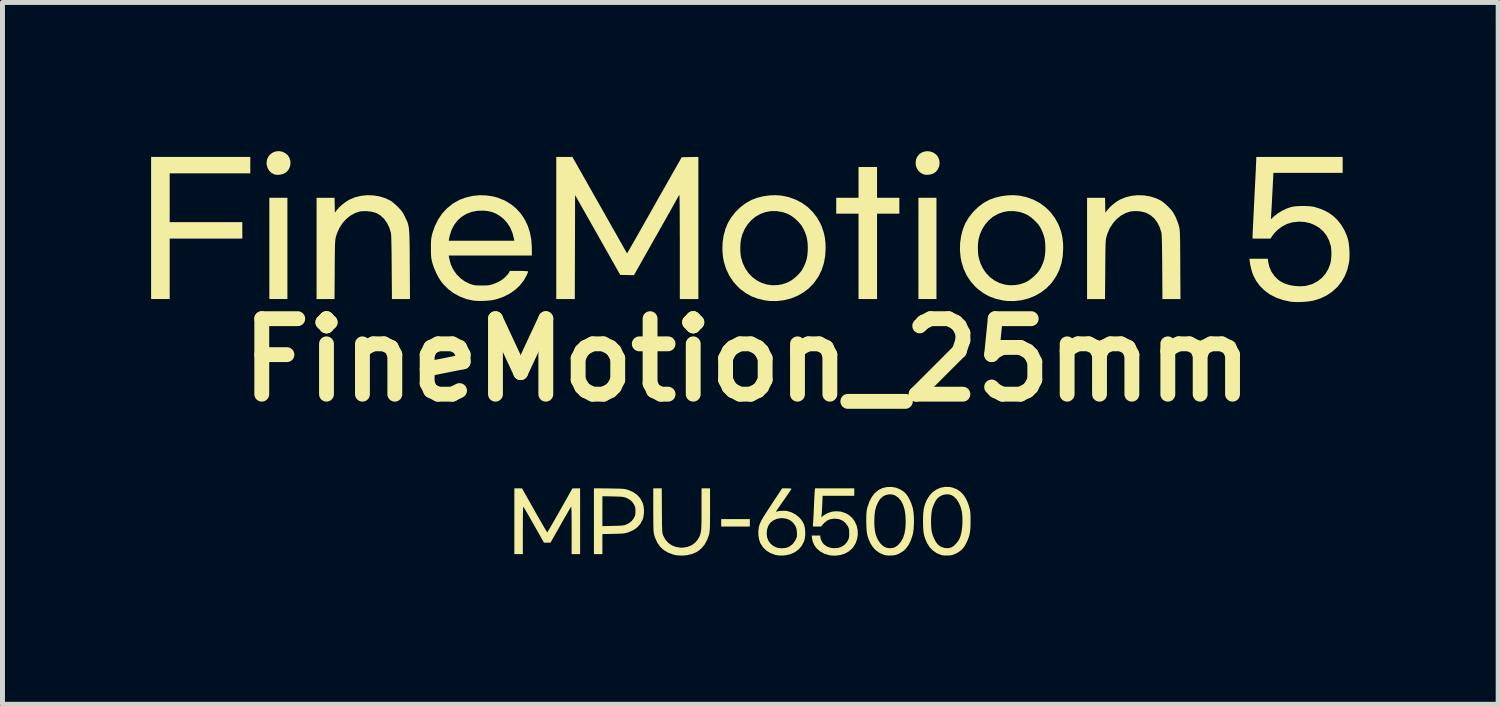
<source format=kicad_pcb>
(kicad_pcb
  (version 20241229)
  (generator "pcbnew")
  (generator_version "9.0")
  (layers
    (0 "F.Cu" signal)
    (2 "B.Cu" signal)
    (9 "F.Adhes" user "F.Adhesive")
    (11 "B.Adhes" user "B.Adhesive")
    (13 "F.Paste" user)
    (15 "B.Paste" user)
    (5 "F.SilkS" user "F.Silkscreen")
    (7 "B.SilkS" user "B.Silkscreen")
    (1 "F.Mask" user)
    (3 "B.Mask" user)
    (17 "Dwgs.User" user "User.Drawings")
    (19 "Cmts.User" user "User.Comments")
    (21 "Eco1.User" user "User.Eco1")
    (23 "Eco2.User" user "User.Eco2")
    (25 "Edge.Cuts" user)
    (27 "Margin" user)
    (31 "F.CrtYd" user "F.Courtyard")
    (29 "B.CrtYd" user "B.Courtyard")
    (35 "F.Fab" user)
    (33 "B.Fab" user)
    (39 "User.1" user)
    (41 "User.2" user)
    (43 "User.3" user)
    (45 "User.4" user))
  (footprint "FineMotion_25mm"
    (layer "F.Cu")
    (at 12.031 4.217)
    (property "Reference" "FineMotion_25mm" (at 0 0 0) (layer "F.SilkS") (effects (font (size 1.524 1.524) (thickness 0.3))))
    (attr board_only exclude_from_pos_files exclude_from_bom)
    (fp_poly (pts (xy -9.28 -1.231) (xy -9.644 -1.231) (xy -9.644 -3.275) (xy -9.28 -3.275)) (stroke (width 0) (type solid)) (fill yes) (layer "F.SilkS"))
    (fp_poly (pts (xy 0.054 3.361) (xy -0.524 3.361) (xy -0.524 3.211) (xy 0.054 3.211)) (stroke (width 0) (type solid)) (fill yes) (layer "F.SilkS"))
    (fp_poly (pts (xy 3.821 -1.231) (xy 3.457 -1.231) (xy 3.457 -3.275) (xy 3.821 -3.275)) (stroke (width 0) (type solid)) (fill yes) (layer "F.SilkS"))
    (fp_poly (pts (xy -10.029 -3.768) (xy -11.656 -3.768) (xy -11.656 -2.783) (xy -10.19 -2.783) (xy -10.19 -2.451) (xy -11.656 -2.451) (xy -11.656 -1.231) (xy -12.031 -1.231) (xy -12.031 -4.1) (xy -10.029 -4.1)) (stroke (width 0) (type solid)) (fill yes) (layer "F.SilkS"))
    (fp_poly (pts (xy 2.622 -3.275) (xy 3.072 -3.275) (xy 3.072 -2.954) (xy 2.622 -2.954) (xy 2.622 -1.231) (xy 2.248 -1.231) (xy 2.248 -2.954) (xy 1.798 -2.954) (xy 1.798 -3.275) (xy 2.248 -3.275) (xy 2.248 -3.896) (xy 2.622 -3.896)) (stroke (width 0) (type solid)) (fill yes) (layer "F.SilkS"))
    (fp_poly (pts (xy -9.384 -4.205) (xy -9.324 -4.177) (xy -9.274 -4.136) (xy -9.24 -4.083) (xy -9.221 -4.024) (xy -9.218 -3.961) (xy -9.23 -3.899) (xy -9.257 -3.842) (xy -9.299 -3.794) (xy -9.326 -3.775) (xy -9.376 -3.753) (xy -9.437 -3.74) (xy -9.497 -3.738) (xy -9.542 -3.746) (xy -9.599 -3.775) (xy -9.645 -3.819) (xy -9.68 -3.876) (xy -9.698 -3.94) (xy -9.701 -3.976) (xy -9.692 -4.045) (xy -9.665 -4.105) (xy -9.625 -4.153) (xy -9.574 -4.189) (xy -9.515 -4.211) (xy -9.45 -4.217)) (stroke (width 0) (type solid)) (fill yes) (layer "F.SilkS"))
    (fp_poly (pts (xy 3.694 -4.21) (xy 3.756 -4.188) (xy 3.809 -4.152) (xy 3.85 -4.103) (xy 3.876 -4.043) (xy 3.885 -3.976) (xy 3.876 -3.91) (xy 3.848 -3.848) (xy 3.806 -3.797) (xy 3.776 -3.775) (xy 3.725 -3.752) (xy 3.666 -3.74) (xy 3.606 -3.739) (xy 3.556 -3.749) (xy 3.497 -3.782) (xy 3.451 -3.826) (xy 3.42 -3.88) (xy 3.403 -3.938) (xy 3.401 -3.998) (xy 3.412 -4.057) (xy 3.438 -4.112) (xy 3.478 -4.158) (xy 3.533 -4.193) (xy 3.557 -4.202) (xy 3.627 -4.216)) (stroke (width 0) (type solid)) (fill yes) (layer "F.SilkS"))
    (fp_poly (pts (xy -3.372 3.918) (xy -3.543 3.918) (xy -3.543 3.434) (xy -3.543 3.306) (xy -3.544 3.199) (xy -3.545 3.113) (xy -3.546 3.046) (xy -3.548 2.999) (xy -3.55 2.971) (xy -3.553 2.961) (xy -3.554 2.961) (xy -3.562 2.973) (xy -3.578 3.001) (xy -3.603 3.043) (xy -3.635 3.098) (xy -3.673 3.163) (xy -3.715 3.237) (xy -3.76 3.316) (xy -3.767 3.33) (xy -3.97 3.687) (xy -4.101 3.687) (xy -4.303 3.33) (xy -4.349 3.249) (xy -4.391 3.175) (xy -4.43 3.108) (xy -4.463 3.051) (xy -4.489 3.007) (xy -4.507 2.976) (xy -4.516 2.962) (xy -4.517 2.961) (xy -4.52 2.968) (xy -4.522 2.994) (xy -4.524 3.041) (xy -4.526 3.109) (xy -4.527 3.197) (xy -4.527 3.306) (xy -4.528 3.434) (xy -4.528 3.918) (xy -4.699 3.918) (xy -4.699 2.59) (xy -4.621 2.59) (xy -4.544 2.591) (xy -4.293 3.035) (xy -4.243 3.124) (xy -4.196 3.207) (xy -4.152 3.282) (xy -4.114 3.348) (xy -4.083 3.402) (xy -4.058 3.443) (xy -4.042 3.469) (xy -4.035 3.479) (xy -4.035 3.479) (xy -4.029 3.47) (xy -4.013 3.444) (xy -3.988 3.403) (xy -3.957 3.349) (xy -3.919 3.283) (xy -3.876 3.208) (xy -3.828 3.125) (xy -3.778 3.036) (xy -3.777 3.035) (xy -3.527 2.591) (xy -3.449 2.59) (xy -3.372 2.59)) (stroke (width 0) (type solid)) (fill yes) (layer "F.SilkS"))
    (fp_poly (pts (xy -2.786 2.592) (xy -2.696 2.594) (xy -2.625 2.595) (xy -2.57 2.596) (xy -2.527 2.598) (xy -2.494 2.601) (xy -2.467 2.605) (xy -2.443 2.61) (xy -2.421 2.616) (xy -2.396 2.625) (xy -2.391 2.626) (xy -2.297 2.668) (xy -2.22 2.723) (xy -2.158 2.792) (xy -2.113 2.874) (xy -2.108 2.887) (xy -2.09 2.953) (xy -2.082 3.03) (xy -2.085 3.108) (xy -2.097 3.181) (xy -2.107 3.214) (xy -2.151 3.299) (xy -2.211 3.37) (xy -2.286 3.426) (xy -2.378 3.47) (xy -2.391 3.475) (xy -2.422 3.485) (xy -2.449 3.492) (xy -2.478 3.498) (xy -2.51 3.502) (xy -2.552 3.504) (xy -2.606 3.506) (xy -2.676 3.508) (xy -2.7 3.509) (xy -2.922 3.513) (xy -2.922 3.918) (xy -3.093 3.918) (xy -3.093 2.749) (xy -2.922 2.749) (xy -2.922 3.353) (xy -2.711 3.348) (xy -2.635 3.346) (xy -2.577 3.344) (xy -2.533 3.341) (xy -2.5 3.337) (xy -2.474 3.332) (xy -2.451 3.324) (xy -2.444 3.322) (xy -2.377 3.288) (xy -2.326 3.245) (xy -2.287 3.19) (xy -2.285 3.187) (xy -2.268 3.153) (xy -2.259 3.122) (xy -2.255 3.084) (xy -2.255 3.051) (xy -2.256 3.004) (xy -2.261 2.969) (xy -2.273 2.938) (xy -2.285 2.914) (xy -2.324 2.858) (xy -2.374 2.815) (xy -2.441 2.781) (xy -2.444 2.78) (xy -2.467 2.772) (xy -2.491 2.766) (xy -2.522 2.761) (xy -2.562 2.758) (xy -2.615 2.756) (xy -2.684 2.754) (xy -2.711 2.753) (xy -2.922 2.749) (xy -3.093 2.749) (xy -3.093 2.589)) (stroke (width 0) (type solid)) (fill yes) (layer "F.SilkS"))
    (fp_poly (pts (xy -1.721 3.037) (xy -1.72 3.147) (xy -1.719 3.237) (xy -1.719 3.311) (xy -1.717 3.369) (xy -1.716 3.415) (xy -1.714 3.45) (xy -1.711 3.477) (xy -1.708 3.498) (xy -1.704 3.515) (xy -1.699 3.53) (xy -1.694 3.545) (xy -1.65 3.625) (xy -1.592 3.69) (xy -1.522 3.74) (xy -1.44 3.772) (xy -1.349 3.787) (xy -1.296 3.787) (xy -1.204 3.772) (xy -1.123 3.739) (xy -1.053 3.689) (xy -0.997 3.623) (xy -0.977 3.589) (xy -0.963 3.562) (xy -0.952 3.536) (xy -0.943 3.508) (xy -0.936 3.477) (xy -0.931 3.44) (xy -0.926 3.394) (xy -0.924 3.337) (xy -0.922 3.268) (xy -0.921 3.183) (xy -0.921 3.081) (xy -0.921 3.002) (xy -0.921 2.59) (xy -0.749 2.59) (xy -0.749 3.017) (xy -0.749 3.125) (xy -0.75 3.215) (xy -0.75 3.287) (xy -0.751 3.346) (xy -0.753 3.392) (xy -0.755 3.429) (xy -0.758 3.459) (xy -0.761 3.484) (xy -0.766 3.507) (xy -0.77 3.526) (xy -0.806 3.628) (xy -0.856 3.72) (xy -0.918 3.797) (xy -0.992 3.858) (xy -1.025 3.878) (xy -1.116 3.916) (xy -1.217 3.94) (xy -1.324 3.948) (xy -1.429 3.94) (xy -1.486 3.928) (xy -1.59 3.891) (xy -1.679 3.839) (xy -1.753 3.772) (xy -1.812 3.69) (xy -1.857 3.591) (xy -1.87 3.551) (xy -1.876 3.53) (xy -1.881 3.509) (xy -1.885 3.487) (xy -1.888 3.462) (xy -1.89 3.432) (xy -1.892 3.393) (xy -1.893 3.344) (xy -1.894 3.282) (xy -1.894 3.206) (xy -1.895 3.112) (xy -1.895 3.028) (xy -1.895 2.59) (xy -1.724 2.59)) (stroke (width 0) (type solid)) (fill yes) (layer "F.SilkS"))
    (fp_poly (pts (xy -0.985 -1.231) (xy -1.359 -1.231) (xy -1.359 -2.28) (xy -1.359 -2.428) (xy -1.36 -2.569) (xy -1.36 -2.703) (xy -1.361 -2.828) (xy -1.361 -2.943) (xy -1.362 -3.045) (xy -1.363 -3.134) (xy -1.364 -3.208) (xy -1.365 -3.266) (xy -1.366 -3.306) (xy -1.367 -3.326) (xy -1.368 -3.329) (xy -1.378 -3.32) (xy -1.392 -3.298) (xy -1.397 -3.287) (xy -1.406 -3.272) (xy -1.424 -3.239) (xy -1.451 -3.19) (xy -1.486 -3.128) (xy -1.528 -3.052) (xy -1.577 -2.966) (xy -1.631 -2.869) (xy -1.69 -2.765) (xy -1.753 -2.653) (xy -1.819 -2.536) (xy -1.852 -2.479) (xy -2.285 -1.713) (xy -2.562 -1.718) (xy -3.017 -2.524) (xy -3.473 -3.329) (xy -3.476 -2.28) (xy -3.479 -1.231) (xy -3.853 -1.231) (xy -3.853 -4.1) (xy -3.69 -4.099) (xy -3.527 -4.099) (xy -3.265 -3.637) (xy -3.151 -3.435) (xy -3.047 -3.251) (xy -2.952 -3.084) (xy -2.867 -2.934) (xy -2.791 -2.8) (xy -2.724 -2.68) (xy -2.664 -2.575) (xy -2.612 -2.484) (xy -2.568 -2.405) (xy -2.53 -2.339) (xy -2.499 -2.284) (xy -2.474 -2.239) (xy -2.454 -2.205) (xy -2.44 -2.18) (xy -2.431 -2.164) (xy -2.426 -2.155) (xy -2.424 -2.154) (xy -2.419 -2.162) (xy -2.404 -2.187) (xy -2.38 -2.227) (xy -2.35 -2.28) (xy -2.313 -2.344) (xy -2.271 -2.417) (xy -2.225 -2.498) (xy -2.196 -2.55) (xy -2.146 -2.637) (xy -2.088 -2.74) (xy -2.024 -2.854) (xy -1.954 -2.976) (xy -1.882 -3.103) (xy -1.81 -3.232) (xy -1.738 -3.358) (xy -1.67 -3.478) (xy -1.645 -3.522) (xy -1.321 -4.094) (xy -1.153 -4.097) (xy -0.985 -4.1)) (stroke (width 0) (type solid)) (fill yes) (layer "F.SilkS"))
    (fp_poly (pts (xy -7.542 -3.323) (xy -7.416 -3.302) (xy -7.297 -3.264) (xy -7.206 -3.22) (xy -7.173 -3.199) (xy -7.132 -3.166) (xy -7.087 -3.127) (xy -7.053 -3.094) (xy -7.008 -3.047) (xy -6.974 -3.007) (xy -6.947 -2.966) (xy -6.921 -2.918) (xy -6.912 -2.901) (xy -6.894 -2.863) (xy -6.878 -2.83) (xy -6.864 -2.799) (xy -6.852 -2.769) (xy -6.843 -2.737) (xy -6.835 -2.703) (xy -6.829 -2.664) (xy -6.824 -2.618) (xy -6.82 -2.564) (xy -6.817 -2.499) (xy -6.815 -2.423) (xy -6.813 -2.332) (xy -6.812 -2.227) (xy -6.811 -2.103) (xy -6.811 -1.961) (xy -6.81 -1.929) (xy -6.806 -1.231) (xy -7.17 -1.231) (xy -7.175 -1.876) (xy -7.176 -2.021) (xy -7.177 -2.151) (xy -7.179 -2.266) (xy -7.181 -2.364) (xy -7.183 -2.444) (xy -7.185 -2.506) (xy -7.188 -2.548) (xy -7.191 -2.569) (xy -7.225 -2.678) (xy -7.272 -2.773) (xy -7.332 -2.853) (xy -7.402 -2.918) (xy -7.483 -2.965) (xy -7.528 -2.981) (xy -7.59 -2.995) (xy -7.662 -3.004) (xy -7.735 -3.005) (xy -7.8 -3.001) (xy -7.817 -2.998) (xy -7.915 -2.967) (xy -8.007 -2.916) (xy -8.09 -2.849) (xy -8.165 -2.767) (xy -8.227 -2.671) (xy -8.276 -2.564) (xy -8.298 -2.497) (xy -8.303 -2.478) (xy -8.307 -2.46) (xy -8.311 -2.439) (xy -8.313 -2.415) (xy -8.316 -2.385) (xy -8.318 -2.347) (xy -8.32 -2.301) (xy -8.321 -2.242) (xy -8.322 -2.171) (xy -8.323 -2.084) (xy -8.324 -1.981) (xy -8.325 -1.858) (xy -8.325 -1.822) (xy -8.329 -1.231) (xy -8.691 -1.231) (xy -8.691 -3.275) (xy -8.328 -3.275) (xy -8.322 -2.975) (xy -8.282 -3.028) (xy -8.236 -3.081) (xy -8.176 -3.135) (xy -8.109 -3.187) (xy -8.042 -3.23) (xy -8.029 -3.237) (xy -7.917 -3.284) (xy -7.796 -3.314) (xy -7.67 -3.327)) (stroke (width 0) (type solid)) (fill yes) (layer "F.SilkS"))
    (fp_poly (pts (xy 2.162 2.74) (xy 1.523 2.74) (xy 1.516 2.914) (xy 1.513 2.976) (xy 1.51 3.035) (xy 1.507 3.083) (xy 1.504 3.118) (xy 1.502 3.13) (xy 1.496 3.172) (xy 1.551 3.131) (xy 1.629 3.087) (xy 1.714 3.06) (xy 1.802 3.052) (xy 1.891 3.06) (xy 1.975 3.086) (xy 2.053 3.128) (xy 2.115 3.181) (xy 2.171 3.256) (xy 2.209 3.339) (xy 2.23 3.429) (xy 2.234 3.521) (xy 2.22 3.612) (xy 2.189 3.699) (xy 2.14 3.778) (xy 2.113 3.81) (xy 2.046 3.867) (xy 1.966 3.91) (xy 1.876 3.937) (xy 1.78 3.949) (xy 1.682 3.944) (xy 1.654 3.939) (xy 1.56 3.91) (xy 1.478 3.867) (xy 1.41 3.81) (xy 1.358 3.742) (xy 1.323 3.663) (xy 1.309 3.596) (xy 1.303 3.543) (xy 1.477 3.543) (xy 1.477 3.572) (xy 1.485 3.613) (xy 1.505 3.659) (xy 1.533 3.701) (xy 1.548 3.718) (xy 1.607 3.762) (xy 1.678 3.789) (xy 1.735 3.797) (xy 1.82 3.795) (xy 1.895 3.774) (xy 1.959 3.736) (xy 2.01 3.681) (xy 2.031 3.646) (xy 2.046 3.614) (xy 2.055 3.583) (xy 2.059 3.547) (xy 2.06 3.5) (xy 2.059 3.452) (xy 2.055 3.417) (xy 2.047 3.387) (xy 2.033 3.357) (xy 2.031 3.354) (xy 1.986 3.29) (xy 1.929 3.243) (xy 1.86 3.213) (xy 1.782 3.202) (xy 1.746 3.203) (xy 1.676 3.214) (xy 1.617 3.239) (xy 1.563 3.281) (xy 1.538 3.307) (xy 1.49 3.361) (xy 1.325 3.361) (xy 1.331 3.283) (xy 1.333 3.251) (xy 1.336 3.201) (xy 1.34 3.138) (xy 1.343 3.065) (xy 1.347 2.987) (xy 1.349 2.933) (xy 1.352 2.857) (xy 1.356 2.786) (xy 1.359 2.724) (xy 1.362 2.674) (xy 1.364 2.639) (xy 1.366 2.625) (xy 1.371 2.59) (xy 2.162 2.59)) (stroke (width 0) (type solid)) (fill yes) (layer "F.SilkS"))
    (fp_poly (pts (xy 8.01 -3.323) (xy 8.136 -3.302) (xy 8.256 -3.264) (xy 8.347 -3.22) (xy 8.379 -3.199) (xy 8.421 -3.166) (xy 8.465 -3.127) (xy 8.5 -3.093) (xy 8.545 -3.047) (xy 8.579 -3.007) (xy 8.605 -2.968) (xy 8.63 -2.923) (xy 8.642 -2.9) (xy 8.666 -2.844) (xy 8.69 -2.783) (xy 8.709 -2.727) (xy 8.715 -2.708) (xy 8.719 -2.689) (xy 8.724 -2.671) (xy 8.727 -2.652) (xy 8.73 -2.629) (xy 8.732 -2.602) (xy 8.734 -2.569) (xy 8.736 -2.527) (xy 8.737 -2.475) (xy 8.739 -2.412) (xy 8.74 -2.336) (xy 8.74 -2.244) (xy 8.741 -2.135) (xy 8.742 -2.008) (xy 8.742 -1.924) (xy 8.746 -1.231) (xy 8.382 -1.231) (xy 8.378 -1.876) (xy 8.377 -2.021) (xy 8.375 -2.151) (xy 8.374 -2.266) (xy 8.372 -2.364) (xy 8.369 -2.444) (xy 8.367 -2.506) (xy 8.365 -2.548) (xy 8.362 -2.569) (xy 8.326 -2.682) (xy 8.277 -2.779) (xy 8.215 -2.86) (xy 8.141 -2.924) (xy 8.053 -2.971) (xy 8.04 -2.976) (xy 7.98 -2.992) (xy 7.908 -3.003) (xy 7.833 -3.006) (xy 7.764 -3.002) (xy 7.736 -2.998) (xy 7.638 -2.966) (xy 7.546 -2.916) (xy 7.462 -2.849) (xy 7.388 -2.766) (xy 7.325 -2.671) (xy 7.276 -2.563) (xy 7.255 -2.497) (xy 7.25 -2.478) (xy 7.246 -2.46) (xy 7.242 -2.439) (xy 7.239 -2.415) (xy 7.237 -2.385) (xy 7.235 -2.347) (xy 7.233 -2.301) (xy 7.232 -2.242) (xy 7.231 -2.171) (xy 7.23 -2.084) (xy 7.229 -1.981) (xy 7.228 -1.858) (xy 7.228 -1.822) (xy 7.223 -1.231) (xy 6.861 -1.231) (xy 6.861 -3.275) (xy 7.224 -3.275) (xy 7.23 -2.975) (xy 7.271 -3.028) (xy 7.317 -3.081) (xy 7.376 -3.135) (xy 7.443 -3.187) (xy 7.511 -3.23) (xy 7.524 -3.237) (xy 7.636 -3.284) (xy 7.756 -3.314) (xy 7.883 -3.327)) (stroke (width 0) (type solid)) (fill yes) (layer "F.SilkS"))
    (fp_poly (pts (xy 2.921 2.562) (xy 3.005 2.577) (xy 3.085 2.609) (xy 3.157 2.654) (xy 3.201 2.695) (xy 3.241 2.748) (xy 3.279 2.816) (xy 3.312 2.893) (xy 3.339 2.972) (xy 3.346 3.002) (xy 3.357 3.068) (xy 3.364 3.147) (xy 3.367 3.234) (xy 3.365 3.322) (xy 3.36 3.407) (xy 3.351 3.481) (xy 3.341 3.527) (xy 3.305 3.637) (xy 3.261 3.729) (xy 3.207 3.803) (xy 3.144 3.862) (xy 3.078 3.902) (xy 3.032 3.923) (xy 2.994 3.936) (xy 2.952 3.943) (xy 2.91 3.945) (xy 2.85 3.946) (xy 2.798 3.941) (xy 2.772 3.936) (xy 2.681 3.899) (xy 2.601 3.844) (xy 2.535 3.773) (xy 2.485 3.693) (xy 2.458 3.632) (xy 2.437 3.573) (xy 2.422 3.514) (xy 2.412 3.448) (xy 2.407 3.372) (xy 2.405 3.28) (xy 2.404 3.254) (xy 2.566 3.254) (xy 2.569 3.355) (xy 2.578 3.44) (xy 2.593 3.514) (xy 2.616 3.58) (xy 2.641 3.631) (xy 2.689 3.703) (xy 2.744 3.755) (xy 2.806 3.787) (xy 2.875 3.799) (xy 2.949 3.791) (xy 2.958 3.788) (xy 2.99 3.774) (xy 3.027 3.749) (xy 3.052 3.728) (xy 3.105 3.666) (xy 3.147 3.59) (xy 3.176 3.5) (xy 3.194 3.393) (xy 3.2 3.27) (xy 3.2 3.254) (xy 3.194 3.125) (xy 3.176 3.012) (xy 3.145 2.915) (xy 3.102 2.836) (xy 3.047 2.774) (xy 2.981 2.729) (xy 2.979 2.729) (xy 2.921 2.712) (xy 2.857 2.712) (xy 2.794 2.727) (xy 2.736 2.757) (xy 2.688 2.8) (xy 2.683 2.807) (xy 2.639 2.877) (xy 2.606 2.953) (xy 2.583 3.041) (xy 2.57 3.141) (xy 2.566 3.254) (xy 2.404 3.254) (xy 2.405 3.179) (xy 2.406 3.122) (xy 2.409 3.077) (xy 2.413 3.04) (xy 2.419 3.007) (xy 2.427 2.972) (xy 2.428 2.97) (xy 2.467 2.858) (xy 2.517 2.762) (xy 2.577 2.685) (xy 2.648 2.626) (xy 2.729 2.585) (xy 2.82 2.564) (xy 2.919 2.561)) (stroke (width 0) (type solid)) (fill yes) (layer "F.SilkS"))
    (fp_poly (pts (xy 4.085 2.562) (xy 4.139 2.573) (xy 4.225 2.605) (xy 4.3 2.654) (xy 4.364 2.718) (xy 4.418 2.801) (xy 4.462 2.901) (xy 4.486 2.981) (xy 4.495 3.017) (xy 4.502 3.052) (xy 4.506 3.091) (xy 4.508 3.138) (xy 4.509 3.199) (xy 4.509 3.254) (xy 4.508 3.35) (xy 4.503 3.429) (xy 4.493 3.498) (xy 4.478 3.56) (xy 4.456 3.622) (xy 4.427 3.687) (xy 4.382 3.768) (xy 4.328 3.831) (xy 4.263 3.88) (xy 4.223 3.902) (xy 4.177 3.923) (xy 4.139 3.936) (xy 4.098 3.943) (xy 4.055 3.945) (xy 3.995 3.946) (xy 3.943 3.941) (xy 3.918 3.936) (xy 3.827 3.899) (xy 3.747 3.844) (xy 3.68 3.773) (xy 3.631 3.693) (xy 3.603 3.632) (xy 3.582 3.573) (xy 3.567 3.514) (xy 3.557 3.448) (xy 3.552 3.372) (xy 3.55 3.28) (xy 3.55 3.254) (xy 3.55 3.249) (xy 3.712 3.249) (xy 3.713 3.331) (xy 3.718 3.407) (xy 3.727 3.47) (xy 3.729 3.477) (xy 3.747 3.54) (xy 3.773 3.604) (xy 3.805 3.663) (xy 3.839 3.711) (xy 3.866 3.738) (xy 3.926 3.775) (xy 3.992 3.795) (xy 4.059 3.798) (xy 4.123 3.781) (xy 4.126 3.78) (xy 4.17 3.752) (xy 4.215 3.709) (xy 4.256 3.657) (xy 4.288 3.603) (xy 4.288 3.602) (xy 4.312 3.535) (xy 4.329 3.454) (xy 4.341 3.362) (xy 4.346 3.265) (xy 4.345 3.169) (xy 4.336 3.079) (xy 4.331 3.049) (xy 4.306 2.958) (xy 4.271 2.878) (xy 4.226 2.81) (xy 4.174 2.758) (xy 4.126 2.728) (xy 4.066 2.711) (xy 4 2.712) (xy 3.935 2.729) (xy 3.877 2.76) (xy 3.837 2.796) (xy 3.801 2.849) (xy 3.768 2.915) (xy 3.741 2.987) (xy 3.729 3.032) (xy 3.72 3.092) (xy 3.714 3.167) (xy 3.712 3.249) (xy 3.55 3.249) (xy 3.551 3.157) (xy 3.556 3.077) (xy 3.564 3.009) (xy 3.578 2.949) (xy 3.597 2.891) (xy 3.623 2.831) (xy 3.631 2.815) (xy 3.682 2.733) (xy 3.746 2.665) (xy 3.821 2.613) (xy 3.905 2.577) (xy 3.994 2.56)) (stroke (width 0) (type solid)) (fill yes) (layer "F.SilkS"))
    (fp_poly (pts (xy 0.85 2.591) (xy 0.879 2.593) (xy 0.892 2.598) (xy 0.893 2.604) (xy 0.884 2.618) (xy 0.865 2.646) (xy 0.838 2.685) (xy 0.805 2.733) (xy 0.77 2.785) (xy 0.732 2.839) (xy 0.696 2.891) (xy 0.663 2.939) (xy 0.635 2.979) (xy 0.615 3.007) (xy 0.612 3.012) (xy 0.591 3.041) (xy 0.583 3.056) (xy 0.585 3.06) (xy 0.597 3.058) (xy 0.6 3.057) (xy 0.652 3.047) (xy 0.714 3.043) (xy 0.775 3.044) (xy 0.816 3.05) (xy 0.902 3.077) (xy 0.982 3.121) (xy 1.052 3.177) (xy 1.108 3.244) (xy 1.146 3.315) (xy 1.163 3.377) (xy 1.172 3.45) (xy 1.172 3.527) (xy 1.164 3.6) (xy 1.148 3.662) (xy 1.147 3.663) (xy 1.102 3.749) (xy 1.041 3.821) (xy 0.967 3.877) (xy 0.88 3.917) (xy 0.781 3.94) (xy 0.723 3.946) (xy 0.64 3.945) (xy 0.574 3.935) (xy 0.568 3.933) (xy 0.47 3.897) (xy 0.388 3.847) (xy 0.322 3.782) (xy 0.271 3.704) (xy 0.265 3.694) (xy 0.241 3.622) (xy 0.227 3.54) (xy 0.226 3.495) (xy 0.394 3.495) (xy 0.403 3.578) (xy 0.43 3.651) (xy 0.475 3.711) (xy 0.536 3.758) (xy 0.61 3.79) (xy 0.648 3.796) (xy 0.696 3.799) (xy 0.747 3.796) (xy 0.789 3.79) (xy 0.794 3.789) (xy 0.863 3.759) (xy 0.922 3.711) (xy 0.968 3.647) (xy 0.972 3.639) (xy 0.99 3.603) (xy 1.001 3.574) (xy 1.005 3.546) (xy 1.005 3.509) (xy 1.004 3.483) (xy 1 3.433) (xy 0.992 3.395) (xy 0.979 3.361) (xy 0.967 3.339) (xy 0.921 3.277) (xy 0.862 3.231) (xy 0.791 3.202) (xy 0.71 3.191) (xy 0.674 3.192) (xy 0.592 3.208) (xy 0.522 3.24) (xy 0.466 3.287) (xy 0.425 3.349) (xy 0.401 3.423) (xy 0.394 3.495) (xy 0.226 3.495) (xy 0.225 3.455) (xy 0.235 3.375) (xy 0.24 3.355) (xy 0.249 3.327) (xy 0.259 3.3) (xy 0.271 3.271) (xy 0.287 3.239) (xy 0.308 3.202) (xy 0.335 3.157) (xy 0.37 3.102) (xy 0.413 3.035) (xy 0.466 2.955) (xy 0.508 2.889) (xy 0.706 2.59) (xy 0.803 2.59)) (stroke (width 0) (type solid)) (fill yes) (layer "F.SilkS"))
    (fp_poly (pts (xy 0.693 -3.319) (xy 0.696 -3.319) (xy 0.844 -3.287) (xy 0.982 -3.237) (xy 1.109 -3.17) (xy 1.224 -3.086) (xy 1.325 -2.987) (xy 1.412 -2.874) (xy 1.483 -2.747) (xy 1.511 -2.681) (xy 1.546 -2.573) (xy 1.57 -2.464) (xy 1.582 -2.346) (xy 1.584 -2.258) (xy 1.575 -2.1) (xy 1.548 -1.952) (xy 1.503 -1.815) (xy 1.44 -1.687) (xy 1.357 -1.567) (xy 1.338 -1.543) (xy 1.242 -1.445) (xy 1.132 -1.362) (xy 1.011 -1.294) (xy 0.88 -1.242) (xy 0.742 -1.207) (xy 0.6 -1.19) (xy 0.456 -1.192) (xy 0.358 -1.204) (xy 0.218 -1.237) (xy 0.092 -1.284) (xy -0.023 -1.347) (xy -0.132 -1.428) (xy -0.184 -1.475) (xy -0.281 -1.583) (xy -0.361 -1.704) (xy -0.424 -1.836) (xy -0.469 -1.979) (xy -0.488 -2.077) (xy -0.5 -2.222) (xy -0.498 -2.294) (xy -0.138 -2.294) (xy -0.138 -2.211) (xy -0.133 -2.134) (xy -0.124 -2.075) (xy -0.089 -1.956) (xy -0.038 -1.849) (xy 0.028 -1.754) (xy 0.106 -1.673) (xy 0.195 -1.607) (xy 0.293 -1.557) (xy 0.399 -1.524) (xy 0.51 -1.509) (xy 0.625 -1.514) (xy 0.711 -1.53) (xy 0.797 -1.558) (xy 0.873 -1.595) (xy 0.945 -1.646) (xy 1.013 -1.707) (xy 1.058 -1.754) (xy 1.092 -1.795) (xy 1.119 -1.838) (xy 1.143 -1.884) (xy 1.177 -1.962) (xy 1.201 -2.035) (xy 1.215 -2.11) (xy 1.222 -2.195) (xy 1.224 -2.258) (xy 1.221 -2.353) (xy 1.211 -2.433) (xy 1.194 -2.507) (xy 1.167 -2.581) (xy 1.143 -2.633) (xy 1.117 -2.683) (xy 1.09 -2.725) (xy 1.055 -2.766) (xy 1.013 -2.81) (xy 0.94 -2.876) (xy 0.868 -2.925) (xy 0.791 -2.961) (xy 0.711 -2.987) (xy 0.594 -3.006) (xy 0.479 -3.006) (xy 0.369 -2.986) (xy 0.266 -2.948) (xy 0.17 -2.894) (xy 0.084 -2.823) (xy 0.009 -2.738) (xy -0.052 -2.64) (xy -0.099 -2.529) (xy -0.123 -2.441) (xy -0.133 -2.373) (xy -0.138 -2.294) (xy -0.498 -2.294) (xy -0.496 -2.369) (xy -0.475 -2.513) (xy -0.437 -2.65) (xy -0.388 -2.767) (xy -0.32 -2.881) (xy -0.235 -2.988) (xy -0.136 -3.085) (xy -0.028 -3.167) (xy 0.086 -3.231) (xy 0.095 -3.235) (xy 0.203 -3.275) (xy 0.324 -3.305) (xy 0.451 -3.323) (xy 0.576 -3.328)) (stroke (width 0) (type solid)) (fill yes) (layer "F.SilkS"))
    (fp_poly (pts (xy 5.488 -3.319) (xy 5.492 -3.319) (xy 5.64 -3.287) (xy 5.778 -3.237) (xy 5.905 -3.17) (xy 6.019 -3.086) (xy 6.121 -2.987) (xy 6.207 -2.874) (xy 6.278 -2.747) (xy 6.306 -2.681) (xy 6.342 -2.573) (xy 6.365 -2.464) (xy 6.377 -2.346) (xy 6.379 -2.258) (xy 6.37 -2.1) (xy 6.344 -1.952) (xy 6.299 -1.815) (xy 6.235 -1.687) (xy 6.153 -1.567) (xy 6.133 -1.543) (xy 6.037 -1.445) (xy 5.927 -1.362) (xy 5.806 -1.294) (xy 5.675 -1.242) (xy 5.537 -1.207) (xy 5.395 -1.19) (xy 5.251 -1.192) (xy 5.153 -1.204) (xy 5.014 -1.237) (xy 4.888 -1.284) (xy 4.772 -1.347) (xy 4.663 -1.428) (xy 4.611 -1.475) (xy 4.514 -1.583) (xy 4.434 -1.704) (xy 4.371 -1.836) (xy 4.327 -1.979) (xy 4.308 -2.077) (xy 4.295 -2.222) (xy 4.297 -2.294) (xy 4.657 -2.294) (xy 4.658 -2.211) (xy 4.663 -2.134) (xy 4.672 -2.075) (xy 4.707 -1.956) (xy 4.758 -1.849) (xy 4.823 -1.754) (xy 4.901 -1.673) (xy 4.99 -1.607) (xy 5.088 -1.557) (xy 5.194 -1.524) (xy 5.305 -1.509) (xy 5.421 -1.514) (xy 5.506 -1.53) (xy 5.593 -1.558) (xy 5.669 -1.595) (xy 5.74 -1.646) (xy 5.808 -1.707) (xy 5.853 -1.754) (xy 5.887 -1.795) (xy 5.915 -1.838) (xy 5.939 -1.884) (xy 5.973 -1.962) (xy 5.996 -2.035) (xy 6.011 -2.11) (xy 6.018 -2.195) (xy 6.019 -2.258) (xy 6.016 -2.353) (xy 6.007 -2.433) (xy 5.989 -2.507) (xy 5.962 -2.581) (xy 5.939 -2.633) (xy 5.913 -2.683) (xy 5.885 -2.725) (xy 5.851 -2.766) (xy 5.808 -2.81) (xy 5.735 -2.876) (xy 5.663 -2.925) (xy 5.586 -2.961) (xy 5.506 -2.987) (xy 5.389 -3.006) (xy 5.275 -3.006) (xy 5.165 -2.986) (xy 5.061 -2.948) (xy 4.965 -2.894) (xy 4.879 -2.823) (xy 4.805 -2.738) (xy 4.743 -2.64) (xy 4.696 -2.529) (xy 4.672 -2.441) (xy 4.662 -2.373) (xy 4.657 -2.294) (xy 4.297 -2.294) (xy 4.299 -2.369) (xy 4.321 -2.513) (xy 4.358 -2.65) (xy 4.407 -2.767) (xy 4.476 -2.881) (xy 4.56 -2.988) (xy 4.659 -3.085) (xy 4.767 -3.167) (xy 4.881 -3.231) (xy 4.89 -3.235) (xy 4.999 -3.275) (xy 5.12 -3.305) (xy 5.246 -3.323) (xy 5.371 -3.328)) (stroke (width 0) (type solid)) (fill yes) (layer "F.SilkS"))
    (fp_poly (pts (xy -5.257 -3.322) (xy -5.118 -3.3) (xy -5.025 -3.274) (xy -4.892 -3.219) (xy -4.771 -3.147) (xy -4.664 -3.06) (xy -4.571 -2.958) (xy -4.493 -2.843) (xy -4.431 -2.716) (xy -4.385 -2.577) (xy -4.357 -2.428) (xy -4.346 -2.269) (xy -4.346 -2.254) (xy -4.346 -2.109) (xy -6.024 -2.109) (xy -6.009 -2.031) (xy -5.979 -1.923) (xy -5.93 -1.822) (xy -5.865 -1.73) (xy -5.786 -1.65) (xy -5.696 -1.585) (xy -5.597 -1.537) (xy -5.575 -1.53) (xy -5.539 -1.519) (xy -5.505 -1.511) (xy -5.468 -1.507) (xy -5.423 -1.505) (xy -5.362 -1.505) (xy -5.352 -1.505) (xy -5.29 -1.505) (xy -5.244 -1.507) (xy -5.207 -1.512) (xy -5.173 -1.519) (xy -5.138 -1.529) (xy -5.122 -1.535) (xy -5.072 -1.554) (xy -5.021 -1.577) (xy -4.979 -1.599) (xy -4.976 -1.601) (xy -4.933 -1.631) (xy -4.889 -1.669) (xy -4.849 -1.71) (xy -4.818 -1.748) (xy -4.804 -1.771) (xy -4.792 -1.798) (xy -4.606 -1.798) (xy -4.537 -1.798) (xy -4.483 -1.796) (xy -4.444 -1.793) (xy -4.423 -1.79) (xy -4.421 -1.788) (xy -4.425 -1.773) (xy -4.435 -1.746) (xy -4.447 -1.718) (xy -4.507 -1.609) (xy -4.585 -1.509) (xy -4.679 -1.42) (xy -4.788 -1.343) (xy -4.91 -1.28) (xy -5.042 -1.232) (xy -5.072 -1.224) (xy -5.143 -1.209) (xy -5.228 -1.199) (xy -5.319 -1.193) (xy -5.409 -1.192) (xy -5.491 -1.196) (xy -5.528 -1.2) (xy -5.665 -1.23) (xy -5.796 -1.28) (xy -5.919 -1.346) (xy -6.031 -1.429) (xy -6.129 -1.526) (xy -6.175 -1.582) (xy -6.229 -1.666) (xy -6.279 -1.763) (xy -6.323 -1.865) (xy -6.355 -1.964) (xy -6.365 -2.006) (xy -6.373 -2.043) (xy -6.378 -2.079) (xy -6.381 -2.12) (xy -6.383 -2.172) (xy -6.383 -2.238) (xy -6.383 -2.258) (xy -6.383 -2.33) (xy -6.382 -2.384) (xy -6.38 -2.408) (xy -6.024 -2.408) (xy -4.699 -2.408) (xy -4.706 -2.443) (xy -4.736 -2.563) (xy -4.783 -2.674) (xy -4.846 -2.771) (xy -4.923 -2.855) (xy -4.994 -2.91) (xy -5.074 -2.957) (xy -5.156 -2.989) (xy -5.245 -3.008) (xy -5.325 -3.015) (xy -5.449 -3.012) (xy -5.564 -2.989) (xy -5.669 -2.949) (xy -5.763 -2.891) (xy -5.845 -2.818) (xy -5.913 -2.729) (xy -5.966 -2.627) (xy -6.003 -2.511) (xy -6.01 -2.481) (xy -6.024 -2.408) (xy -6.38 -2.408) (xy -6.379 -2.428) (xy -6.374 -2.465) (xy -6.367 -2.501) (xy -6.358 -2.541) (xy -6.355 -2.553) (xy -6.305 -2.7) (xy -6.239 -2.834) (xy -6.157 -2.955) (xy -6.06 -3.061) (xy -5.946 -3.153) (xy -5.921 -3.17) (xy -5.804 -3.234) (xy -5.675 -3.282) (xy -5.539 -3.313) (xy -5.399 -3.327)) (stroke (width 0) (type solid)) (fill yes) (layer "F.SilkS"))
    (fp_poly (pts (xy 12.02 -3.778) (xy 10.622 -3.778) (xy 10.604 -3.417) (xy 10.599 -3.326) (xy 10.594 -3.236) (xy 10.59 -3.152) (xy 10.586 -3.076) (xy 10.582 -3.013) (xy 10.579 -2.966) (xy 10.578 -2.949) (xy 10.572 -2.842) (xy 10.644 -2.908) (xy 10.714 -2.963) (xy 10.798 -3.014) (xy 10.889 -3.057) (xy 10.977 -3.087) (xy 10.987 -3.09) (xy 11.042 -3.1) (xy 11.111 -3.106) (xy 11.189 -3.109) (xy 11.268 -3.109) (xy 11.343 -3.105) (xy 11.409 -3.098) (xy 11.453 -3.089) (xy 11.569 -3.053) (xy 11.669 -3.01) (xy 11.76 -2.958) (xy 11.833 -2.904) (xy 11.916 -2.825) (xy 11.991 -2.729) (xy 12.055 -2.622) (xy 12.105 -2.509) (xy 12.128 -2.435) (xy 12.141 -2.371) (xy 12.151 -2.292) (xy 12.157 -2.206) (xy 12.159 -2.119) (xy 12.156 -2.038) (xy 12.149 -1.972) (xy 12.116 -1.83) (xy 12.065 -1.699) (xy 11.997 -1.58) (xy 11.913 -1.475) (xy 11.813 -1.383) (xy 11.699 -1.305) (xy 11.571 -1.244) (xy 11.442 -1.202) (xy 11.377 -1.189) (xy 11.298 -1.179) (xy 11.211 -1.172) (xy 11.124 -1.17) (xy 11.043 -1.171) (xy 10.975 -1.177) (xy 10.966 -1.178) (xy 10.816 -1.211) (xy 10.678 -1.259) (xy 10.555 -1.322) (xy 10.446 -1.401) (xy 10.351 -1.493) (xy 10.273 -1.6) (xy 10.221 -1.698) (xy 10.198 -1.758) (xy 10.176 -1.83) (xy 10.158 -1.906) (xy 10.146 -1.977) (xy 10.144 -1.994) (xy 10.139 -2.044) (xy 10.509 -2.044) (xy 10.516 -1.985) (xy 10.54 -1.881) (xy 10.582 -1.783) (xy 10.642 -1.696) (xy 10.718 -1.621) (xy 10.776 -1.58) (xy 10.853 -1.542) (xy 10.944 -1.514) (xy 11.044 -1.496) (xy 11.146 -1.489) (xy 11.245 -1.493) (xy 11.303 -1.503) (xy 11.413 -1.536) (xy 11.512 -1.588) (xy 11.598 -1.656) (xy 11.672 -1.74) (xy 11.73 -1.837) (xy 11.768 -1.937) (xy 11.782 -1.999) (xy 11.79 -2.074) (xy 11.793 -2.154) (xy 11.79 -2.231) (xy 11.782 -2.297) (xy 11.781 -2.3) (xy 11.747 -2.41) (xy 11.697 -2.509) (xy 11.631 -2.594) (xy 11.552 -2.666) (xy 11.461 -2.722) (xy 11.36 -2.763) (xy 11.251 -2.787) (xy 11.134 -2.793) (xy 11.012 -2.78) (xy 10.995 -2.777) (xy 10.896 -2.746) (xy 10.8 -2.697) (xy 10.713 -2.633) (xy 10.638 -2.557) (xy 10.603 -2.51) (xy 10.563 -2.451) (xy 10.201 -2.451) (xy 10.201 -2.491) (xy 10.201 -2.509) (xy 10.203 -2.545) (xy 10.205 -2.6) (xy 10.209 -2.67) (xy 10.213 -2.754) (xy 10.217 -2.851) (xy 10.223 -2.957) (xy 10.228 -3.072) (xy 10.235 -3.194) (xy 10.238 -3.265) (xy 10.244 -3.389) (xy 10.25 -3.509) (xy 10.256 -3.621) (xy 10.261 -3.725) (xy 10.266 -3.817) (xy 10.269 -3.897) (xy 10.272 -3.962) (xy 10.274 -4.011) (xy 10.275 -4.041) (xy 10.276 -4.049) (xy 10.276 -4.1) (xy 12.02 -4.1)) (stroke (width 0) (type solid)) (fill yes) (layer "F.SilkS")))
  (gr_rect
    (start -3 -3)
    (end 27.19 11.166)
    (stroke (width 0.1) (type default))
    (fill no)
    (layer "Edge.Cuts")))
</source>
